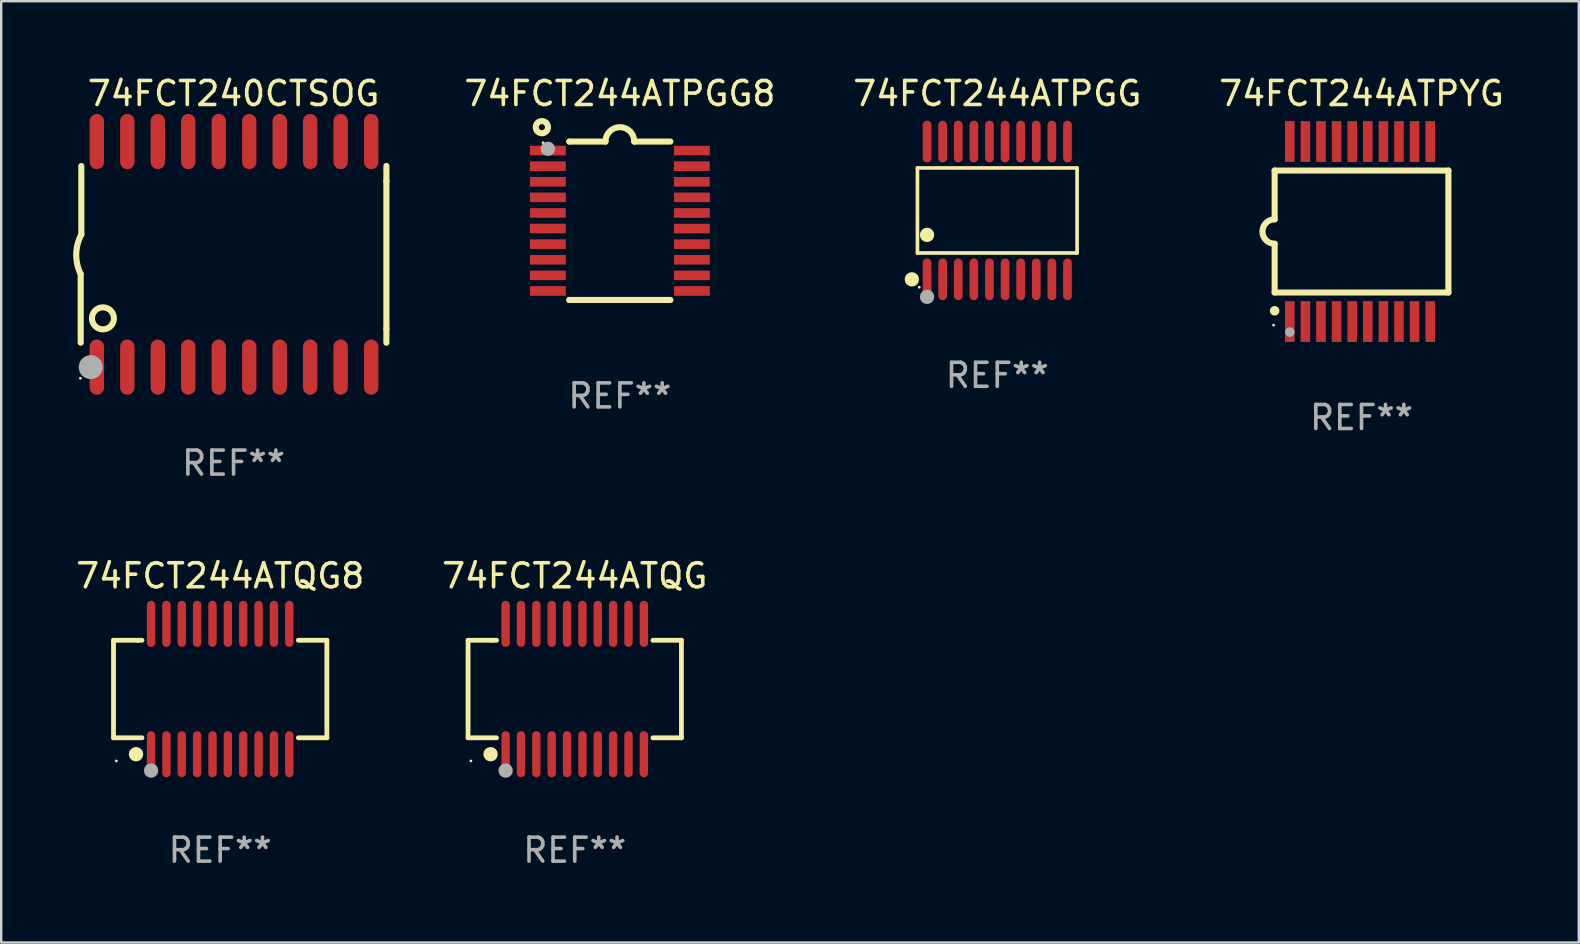
<source format=kicad_pcb>
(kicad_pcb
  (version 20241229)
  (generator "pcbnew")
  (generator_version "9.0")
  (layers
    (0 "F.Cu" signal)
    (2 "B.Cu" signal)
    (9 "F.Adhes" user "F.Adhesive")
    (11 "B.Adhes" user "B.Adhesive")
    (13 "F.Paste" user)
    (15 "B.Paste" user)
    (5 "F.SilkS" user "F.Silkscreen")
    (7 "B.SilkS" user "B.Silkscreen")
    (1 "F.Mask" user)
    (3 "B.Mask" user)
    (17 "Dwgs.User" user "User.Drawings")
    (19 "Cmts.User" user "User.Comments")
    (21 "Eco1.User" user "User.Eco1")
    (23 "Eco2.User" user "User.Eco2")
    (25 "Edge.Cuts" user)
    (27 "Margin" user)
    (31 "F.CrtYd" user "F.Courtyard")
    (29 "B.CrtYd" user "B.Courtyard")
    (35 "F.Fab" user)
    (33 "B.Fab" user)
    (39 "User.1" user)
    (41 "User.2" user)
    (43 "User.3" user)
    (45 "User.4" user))
  (footprint "74FCT244ATPGG8"
    (layer "F.Cu")
    (at 22.779 6.149)
    (property "Reference" "74FCT244ATPGG8" (at 0 -5.3 0) (layer "F.SilkS") (effects (font (size 1 1) (thickness 0.15))))
    (attr through_hole)
    (fp_line (start -2.105 -3.3) (end -2.105 -3.3) (stroke (width 0.254) (type solid)) (layer "F.SilkS"))
    (fp_line (start -2.105 -3.3) (end -0.6 -3.3) (stroke (width 0.254) (type solid)) (layer "F.SilkS"))
    (fp_line (start -2.105 3.3) (end -2.105 3.3) (stroke (width 0.254) (type solid)) (layer "F.SilkS"))
    (fp_line (start 0.6 -3.3) (end 2.105 -3.3) (stroke (width 0.254) (type solid)) (layer "F.SilkS"))
    (fp_line (start 2.105 3.3) (end -2.105 3.3) (stroke (width 0.254) (type solid)) (layer "F.SilkS"))
    (fp_arc (start -0.599924 -3.300026) (mid 0.000114 -3.897415) (end 0.600152 -3.300025) (stroke (width 0.254001) (type solid)) (layer "F.SilkS"))
    (fp_circle (center -3.25 -3.9) (end -2.996 -3.9) (stroke (width 0.254) (type solid)) (fill no) (layer "F.SilkS"))
    (fp_circle (center -3.2 -3.25) (end -3.17 -3.25) (stroke (width 0.06) (type solid)) (fill no) (layer "F.SilkS"))
    (fp_circle (center -3 -3) (end -2.85 -3) (stroke (width 0.3) (type solid)) (fill no) (layer "F.Fab"))
    (fp_text user "REF**" (at 0 7.3 0) (layer "F.Fab") (effects (font (size 1 1) (thickness 0.15))))
    (pad "1" smd rect (at -3.001 -2.925 270) (size 0.4 1.494) (layers "F.Cu" "F.Mask" "F.Paste"))
    (pad "2" smd rect (at -3.001 -2.275 270) (size 0.4 1.494) (layers "F.Cu" "F.Mask" "F.Paste"))
    (pad "3" smd rect (at -3.001 -1.625 270) (size 0.4 1.494) (layers "F.Cu" "F.Mask" "F.Paste"))
    (pad "4" smd rect (at -3.001 -0.975 270) (size 0.4 1.494) (layers "F.Cu" "F.Mask" "F.Paste"))
    (pad "5" smd rect (at -3.001 -0.325 270) (size 0.4 1.494) (layers "F.Cu" "F.Mask" "F.Paste"))
    (pad "6" smd rect (at -3.001 0.324 270) (size 0.4 1.494) (layers "F.Cu" "F.Mask" "F.Paste"))
    (pad "7" smd rect (at -3.001 0.975 270) (size 0.4 1.494) (layers "F.Cu" "F.Mask" "F.Paste"))
    (pad "8" smd rect (at -3.001 1.625 270) (size 0.4 1.494) (layers "F.Cu" "F.Mask" "F.Paste"))
    (pad "9" smd rect (at -3.001 2.275 270) (size 0.4 1.494) (layers "F.Cu" "F.Mask" "F.Paste"))
    (pad "10" smd rect (at -3.001 2.925 270) (size 0.4 1.494) (layers "F.Cu" "F.Mask" "F.Paste"))
    (pad "11" smd rect (at 3.001 2.925 270) (size 0.4 1.494) (layers "F.Cu" "F.Mask" "F.Paste"))
    (pad "12" smd rect (at 3.001 2.275 270) (size 0.4 1.494) (layers "F.Cu" "F.Mask" "F.Paste"))
    (pad "13" smd rect (at 3.001 1.625 270) (size 0.4 1.494) (layers "F.Cu" "F.Mask" "F.Paste"))
    (pad "14" smd rect (at 3.001 0.975 270) (size 0.4 1.494) (layers "F.Cu" "F.Mask" "F.Paste"))
    (pad "15" smd rect (at 3.001 0.325 270) (size 0.4 1.494) (layers "F.Cu" "F.Mask" "F.Paste"))
    (pad "16" smd rect (at 3.001 -0.325 270) (size 0.4 1.494) (layers "F.Cu" "F.Mask" "F.Paste"))
    (pad "17" smd rect (at 3.001 -0.975 270) (size 0.4 1.494) (layers "F.Cu" "F.Mask" "F.Paste"))
    (pad "18" smd rect (at 2.996 -1.625 270) (size 0.4 1.494) (layers "F.Cu" "F.Mask" "F.Paste"))
    (pad "19" smd rect (at 2.996 -2.275 270) (size 0.4 1.494) (layers "F.Cu" "F.Mask" "F.Paste"))
    (pad "20" smd rect (at 3.001 -2.925 270) (size 0.4 1.494) (layers "F.Cu" "F.Mask" "F.Paste")))
  (footprint "74FCT244ATQG"
    (layer "F.Cu")
    (at 20.899 25.661)
    (property "Reference" "74FCT244ATQG" (at 0 -4.716 0) (layer "F.SilkS") (effects (font (size 1 1) (thickness 0.15))))
    (attr through_hole)
    (fp_line (start -4.445 -2.032) (end -4.445 2.032) (stroke (width 0.2) (type solid)) (layer "F.SilkS"))
    (fp_line (start -4.445 2.032) (end -3.259 2.032) (stroke (width 0.2) (type solid)) (layer "F.SilkS"))
    (fp_line (start -3.429 -2.032) (end -4.445 -2.032) (stroke (width 0.2) (type solid)) (layer "F.SilkS"))
    (fp_line (start -3.259 -2.032) (end -3.429 -2.032) (stroke (width 0.2) (type solid)) (layer "F.SilkS"))
    (fp_line (start 3.259 2.032) (end 4.445 2.032) (stroke (width 0.2) (type solid)) (layer "F.SilkS"))
    (fp_line (start 4.445 -2.032) (end 3.259 -2.032) (stroke (width 0.2) (type solid)) (layer "F.SilkS"))
    (fp_line (start 4.445 2.032) (end 4.445 -2.032) (stroke (width 0.2) (type solid)) (layer "F.SilkS"))
    (fp_circle (center -4.327 2.997) (end -4.297 2.997) (stroke (width 0.06) (type solid)) (fill no) (layer "F.SilkS"))
    (fp_circle (center -3.507 2.716) (end -3.357 2.716) (stroke (width 0.3) (type solid)) (fill no) (layer "F.SilkS"))
    (fp_circle (center -2.88 3.398) (end -2.73 3.398) (stroke (width 0.3) (type solid)) (fill no) (layer "F.Fab"))
    (fp_text user "REF**" (at 0 6.716 0) (layer "F.Fab") (effects (font (size 1 1) (thickness 0.15))))
    (pad "1" smd oval (at -2.88 2.716) (size 0.35 1.922) (layers "F.Cu" "F.Mask" "F.Paste"))
    (pad "2" smd oval (at -2.24 2.716) (size 0.35 1.922) (layers "F.Cu" "F.Mask" "F.Paste"))
    (pad "3" smd oval (at -1.6 2.716) (size 0.35 1.922) (layers "F.Cu" "F.Mask" "F.Paste"))
    (pad "4" smd oval (at -0.96 2.716) (size 0.35 1.922) (layers "F.Cu" "F.Mask" "F.Paste"))
    (pad "5" smd oval (at -0.32 2.716) (size 0.35 1.922) (layers "F.Cu" "F.Mask" "F.Paste"))
    (pad "6" smd oval (at 0.32 2.716) (size 0.35 1.922) (layers "F.Cu" "F.Mask" "F.Paste"))
    (pad "7" smd oval (at 0.96 2.716) (size 0.35 1.922) (layers "F.Cu" "F.Mask" "F.Paste"))
    (pad "8" smd oval (at 1.6 2.716) (size 0.35 1.922) (layers "F.Cu" "F.Mask" "F.Paste"))
    (pad "9" smd oval (at 2.24 2.716) (size 0.35 1.922) (layers "F.Cu" "F.Mask" "F.Paste"))
    (pad "10" smd oval (at 2.88 2.716) (size 0.35 1.922) (layers "F.Cu" "F.Mask" "F.Paste"))
    (pad "11" smd oval (at 2.88 -2.716) (size 0.35 1.922) (layers "F.Cu" "F.Mask" "F.Paste"))
    (pad "12" smd oval (at 2.24 -2.716) (size 0.35 1.922) (layers "F.Cu" "F.Mask" "F.Paste"))
    (pad "13" smd oval (at 1.6 -2.716) (size 0.35 1.922) (layers "F.Cu" "F.Mask" "F.Paste"))
    (pad "14" smd oval (at 0.96 -2.716) (size 0.35 1.922) (layers "F.Cu" "F.Mask" "F.Paste"))
    (pad "15" smd oval (at 0.32 -2.716) (size 0.35 1.922) (layers "F.Cu" "F.Mask" "F.Paste"))
    (pad "16" smd oval (at -0.32 -2.716) (size 0.35 1.922) (layers "F.Cu" "F.Mask" "F.Paste"))
    (pad "17" smd oval (at -0.96 -2.716) (size 0.35 1.922) (layers "F.Cu" "F.Mask" "F.Paste"))
    (pad "18" smd oval (at -1.6 -2.716) (size 0.35 1.922) (layers "F.Cu" "F.Mask" "F.Paste"))
    (pad "19" smd oval (at -2.24 -2.716) (size 0.35 1.922) (layers "F.Cu" "F.Mask" "F.Paste"))
    (pad "20" smd oval (at -2.88 -2.716) (size 0.35 1.922) (layers "F.Cu" "F.Mask" "F.Paste")))
  (footprint "74FCT244ATPYG"
    (layer "F.Cu")
    (at 53.683 6.598)
    (property "Reference" "74FCT244ATPYG" (at 0 -5.75 0) (layer "F.SilkS") (effects (font (size 1 1) (thickness 0.15))))
    (attr through_hole)
    (fp_line (start -3.62 -2.54) (end 3.62 -2.54) (stroke (width 0.254) (type solid)) (layer "F.SilkS"))
    (fp_line (start -3.62 -0.508) (end -3.62 -2.54) (stroke (width 0.254) (type solid)) (layer "F.SilkS"))
    (fp_line (start -3.62 2.54) (end -3.62 0.508) (stroke (width 0.254) (type solid)) (layer "F.SilkS"))
    (fp_line (start 3.62 -2.54) (end 3.62 2.54) (stroke (width 0.254) (type solid)) (layer "F.SilkS"))
    (fp_line (start 3.62 2.54) (end -3.62 2.54) (stroke (width 0.254) (type solid)) (layer "F.SilkS"))
    (fp_arc (start -3.619507 0.508052) (mid -4.125607 0.000051) (end -3.619507 -0.50795) (stroke (width 0.254001) (type solid)) (layer "F.SilkS"))
    (fp_circle (center -3.664 3.9) (end -3.634 3.9) (stroke (width 0.06) (type solid)) (fill no) (layer "F.SilkS"))
    (fp_circle (center -3.62 3.302) (end -3.52 3.302) (stroke (width 0.2) (type solid)) (fill no) (layer "F.SilkS"))
    (fp_circle (center -2.985 4.191) (end -2.885 4.191) (stroke (width 0.2) (type solid)) (fill no) (layer "F.Fab"))
    (fp_text user "REF**" (at 0 7.75 0) (layer "F.Fab") (effects (font (size 1 1) (thickness 0.15))))
    (pad "1" smd rect (at -2.989 3.75) (size 0.4 1.7) (layers "F.Cu" "F.Mask" "F.Paste"))
    (pad "2" smd rect (at -2.339 3.75) (size 0.4 1.7) (layers "F.Cu" "F.Mask" "F.Paste"))
    (pad "3" smd rect (at -1.689 3.75) (size 0.4 1.7) (layers "F.Cu" "F.Mask" "F.Paste"))
    (pad "4" smd rect (at -1.039 3.75) (size 0.4 1.7) (layers "F.Cu" "F.Mask" "F.Paste"))
    (pad "5" smd rect (at -0.389 3.75) (size 0.4 1.7) (layers "F.Cu" "F.Mask" "F.Paste"))
    (pad "6" smd rect (at 0.261 3.75) (size 0.4 1.7) (layers "F.Cu" "F.Mask" "F.Paste"))
    (pad "7" smd rect (at 0.911 3.75) (size 0.4 1.7) (layers "F.Cu" "F.Mask" "F.Paste"))
    (pad "8" smd rect (at 1.561 3.75) (size 0.4 1.7) (layers "F.Cu" "F.Mask" "F.Paste"))
    (pad "9" smd rect (at 2.211 3.75) (size 0.4 1.7) (layers "F.Cu" "F.Mask" "F.Paste"))
    (pad "10" smd rect (at 2.862 3.75) (size 0.4 1.7) (layers "F.Cu" "F.Mask" "F.Paste"))
    (pad "11" smd rect (at 2.862 -3.75) (size 0.4 1.7) (layers "F.Cu" "F.Mask" "F.Paste"))
    (pad "12" smd rect (at 2.211 -3.75) (size 0.4 1.7) (layers "F.Cu" "F.Mask" "F.Paste"))
    (pad "13" smd rect (at 1.561 -3.75) (size 0.4 1.7) (layers "F.Cu" "F.Mask" "F.Paste"))
    (pad "14" smd rect (at 0.911 -3.75) (size 0.4 1.7) (layers "F.Cu" "F.Mask" "F.Paste"))
    (pad "15" smd rect (at 0.261 -3.75) (size 0.4 1.7) (layers "F.Cu" "F.Mask" "F.Paste"))
    (pad "16" smd rect (at -0.389 -3.75) (size 0.4 1.7) (layers "F.Cu" "F.Mask" "F.Paste"))
    (pad "17" smd rect (at -1.039 -3.75) (size 0.4 1.7) (layers "F.Cu" "F.Mask" "F.Paste"))
    (pad "18" smd rect (at -1.689 -3.75) (size 0.4 1.7) (layers "F.Cu" "F.Mask" "F.Paste"))
    (pad "19" smd rect (at -2.339 -3.75) (size 0.4 1.7) (layers "F.Cu" "F.Mask" "F.Paste"))
    (pad "20" smd rect (at -2.989 -3.75) (size 0.4 1.7) (layers "F.Cu" "F.Mask" "F.Paste")))
  (footprint "74FCT240CTSOG"
    (layer "F.Cu")
    (at 6.682 7.548)
    (property "Reference" "74FCT240CTSOG" (at 0 -6.7 0) (layer "F.SilkS") (effects (font (size 1 1) (thickness 0.15))))
    (attr through_hole)
    (fp_line (start -6.369 0.826) (end -6.369 3.683) (stroke (width 0.254) (type solid)) (layer "F.SilkS"))
    (fp_line (start -6.343 -0.825) (end -6.343 -3.683) (stroke (width 0.254) (type solid)) (layer "F.SilkS"))
    (fp_line (start 6.369 -3.048) (end 6.369 -3.683) (stroke (width 0.254) (type solid)) (layer "F.SilkS"))
    (fp_line (start 6.369 -3.048) (end 6.369 3.096) (stroke (width 0.254) (type solid)) (layer "F.SilkS"))
    (fp_line (start 6.369 3.096) (end 6.369 3.683) (stroke (width 0.254) (type solid)) (layer "F.SilkS"))
    (fp_arc (start -6.36853 0.825552) (mid -6.554743 -0.00301) (end -6.343129 -0.825451) (stroke (width 0.254001) (type solid)) (layer "F.SilkS"))
    (fp_circle (center -6.382 5.163) (end -6.352 5.163) (stroke (width 0.06) (type solid)) (fill no) (layer "F.SilkS"))
    (fp_circle (center -5.443 2.667) (end -4.985 2.667) (stroke (width 0.254) (type solid)) (fill no) (layer "F.SilkS"))
    (fp_circle (center -5.951 4.699) (end -5.701 4.699) (stroke (width 0.5) (type solid)) (fill no) (layer "F.Fab"))
    (fp_text user "REF**" (at 0 8.7 0) (layer "F.Fab") (effects (font (size 1 1) (thickness 0.15))))
    (pad "1" smd oval (at -5.697 4.7 180) (size 0.6 2.3) (layers "F.Cu" "F.Mask" "F.Paste"))
    (pad "2" smd oval (at -4.427 4.7 180) (size 0.6 2.3) (layers "F.Cu" "F.Mask" "F.Paste"))
    (pad "3" smd oval (at -3.157 4.7 180) (size 0.6 2.3) (layers "F.Cu" "F.Mask" "F.Paste"))
    (pad "4" smd oval (at -1.887 4.7 180) (size 0.6 2.3) (layers "F.Cu" "F.Mask" "F.Paste"))
    (pad "5" smd oval (at -0.617 4.7 180) (size 0.6 2.3) (layers "F.Cu" "F.Mask" "F.Paste"))
    (pad "6" smd oval (at 0.653 4.7 180) (size 0.6 2.3) (layers "F.Cu" "F.Mask" "F.Paste"))
    (pad "7" smd oval (at 1.923 4.7 180) (size 0.6 2.3) (layers "F.Cu" "F.Mask" "F.Paste"))
    (pad "8" smd oval (at 3.193 4.7 180) (size 0.6 2.3) (layers "F.Cu" "F.Mask" "F.Paste"))
    (pad "9" smd oval (at 4.463 4.7 180) (size 0.6 2.3) (layers "F.Cu" "F.Mask" "F.Paste"))
    (pad "10" smd oval (at 5.734 4.7 180) (size 0.6 2.3) (layers "F.Cu" "F.Mask" "F.Paste"))
    (pad "11" smd oval (at 5.734 -4.7 180) (size 0.6 2.3) (layers "F.Cu" "F.Mask" "F.Paste"))
    (pad "12" smd oval (at 4.463 -4.7 180) (size 0.6 2.3) (layers "F.Cu" "F.Mask" "F.Paste"))
    (pad "13" smd oval (at 3.193 -4.7 180) (size 0.6 2.3) (layers "F.Cu" "F.Mask" "F.Paste"))
    (pad "14" smd oval (at 1.923 -4.7 180) (size 0.6 2.3) (layers "F.Cu" "F.Mask" "F.Paste"))
    (pad "15" smd oval (at 0.653 -4.7 180) (size 0.6 2.3) (layers "F.Cu" "F.Mask" "F.Paste"))
    (pad "16" smd oval (at -0.617 -4.7 180) (size 0.6 2.3) (layers "F.Cu" "F.Mask" "F.Paste"))
    (pad "17" smd oval (at -1.887 -4.7 180) (size 0.6 2.3) (layers "F.Cu" "F.Mask" "F.Paste"))
    (pad "18" smd oval (at -3.157 -4.7 180) (size 0.6 2.3) (layers "F.Cu" "F.Mask" "F.Paste"))
    (pad "19" smd oval (at -4.427 -4.7 180) (size 0.6 2.3) (layers "F.Cu" "F.Mask" "F.Paste"))
    (pad "20" smd oval (at -5.697 -4.7 180) (size 0.6 2.3) (layers "F.Cu" "F.Mask" "F.Paste")))
  (footprint "74FCT244ATQG8"
    (layer "F.Cu")
    (at 6.125 25.661)
    (property "Reference" "74FCT244ATQG8" (at 0 -4.716 0) (layer "F.SilkS") (effects (font (size 1 1) (thickness 0.15))))
    (attr through_hole)
    (fp_line (start -4.445 -2.032) (end -4.445 2.032) (stroke (width 0.2) (type solid)) (layer "F.SilkS"))
    (fp_line (start -4.445 2.032) (end -3.259 2.032) (stroke (width 0.2) (type solid)) (layer "F.SilkS"))
    (fp_line (start -3.429 -2.032) (end -4.445 -2.032) (stroke (width 0.2) (type solid)) (layer "F.SilkS"))
    (fp_line (start -3.259 -2.032) (end -3.429 -2.032) (stroke (width 0.2) (type solid)) (layer "F.SilkS"))
    (fp_line (start 3.259 2.032) (end 4.445 2.032) (stroke (width 0.2) (type solid)) (layer "F.SilkS"))
    (fp_line (start 4.445 -2.032) (end 3.259 -2.032) (stroke (width 0.2) (type solid)) (layer "F.SilkS"))
    (fp_line (start 4.445 2.032) (end 4.445 -2.032) (stroke (width 0.2) (type solid)) (layer "F.SilkS"))
    (fp_circle (center -4.327 2.997) (end -4.297 2.997) (stroke (width 0.06) (type solid)) (fill no) (layer "F.SilkS"))
    (fp_circle (center -3.507 2.716) (end -3.357 2.716) (stroke (width 0.3) (type solid)) (fill no) (layer "F.SilkS"))
    (fp_circle (center -2.88 3.398) (end -2.73 3.398) (stroke (width 0.3) (type solid)) (fill no) (layer "F.Fab"))
    (fp_text user "REF**" (at 0 6.716 0) (layer "F.Fab") (effects (font (size 1 1) (thickness 0.15))))
    (pad "1" smd oval (at -2.88 2.716) (size 0.35 1.922) (layers "F.Cu" "F.Mask" "F.Paste"))
    (pad "2" smd oval (at -2.24 2.716) (size 0.35 1.922) (layers "F.Cu" "F.Mask" "F.Paste"))
    (pad "3" smd oval (at -1.6 2.716) (size 0.35 1.922) (layers "F.Cu" "F.Mask" "F.Paste"))
    (pad "4" smd oval (at -0.96 2.716) (size 0.35 1.922) (layers "F.Cu" "F.Mask" "F.Paste"))
    (pad "5" smd oval (at -0.32 2.716) (size 0.35 1.922) (layers "F.Cu" "F.Mask" "F.Paste"))
    (pad "6" smd oval (at 0.32 2.716) (size 0.35 1.922) (layers "F.Cu" "F.Mask" "F.Paste"))
    (pad "7" smd oval (at 0.96 2.716) (size 0.35 1.922) (layers "F.Cu" "F.Mask" "F.Paste"))
    (pad "8" smd oval (at 1.6 2.716) (size 0.35 1.922) (layers "F.Cu" "F.Mask" "F.Paste"))
    (pad "9" smd oval (at 2.24 2.716) (size 0.35 1.922) (layers "F.Cu" "F.Mask" "F.Paste"))
    (pad "10" smd oval (at 2.88 2.716) (size 0.35 1.922) (layers "F.Cu" "F.Mask" "F.Paste"))
    (pad "11" smd oval (at 2.88 -2.716) (size 0.35 1.922) (layers "F.Cu" "F.Mask" "F.Paste"))
    (pad "12" smd oval (at 2.24 -2.716) (size 0.35 1.922) (layers "F.Cu" "F.Mask" "F.Paste"))
    (pad "13" smd oval (at 1.6 -2.716) (size 0.35 1.922) (layers "F.Cu" "F.Mask" "F.Paste"))
    (pad "14" smd oval (at 0.96 -2.716) (size 0.35 1.922) (layers "F.Cu" "F.Mask" "F.Paste"))
    (pad "15" smd oval (at 0.32 -2.716) (size 0.35 1.922) (layers "F.Cu" "F.Mask" "F.Paste"))
    (pad "16" smd oval (at -0.32 -2.716) (size 0.35 1.922) (layers "F.Cu" "F.Mask" "F.Paste"))
    (pad "17" smd oval (at -0.96 -2.716) (size 0.35 1.922) (layers "F.Cu" "F.Mask" "F.Paste"))
    (pad "18" smd oval (at -1.6 -2.716) (size 0.35 1.922) (layers "F.Cu" "F.Mask" "F.Paste"))
    (pad "19" smd oval (at -2.24 -2.716) (size 0.35 1.922) (layers "F.Cu" "F.Mask" "F.Paste"))
    (pad "20" smd oval (at -2.88 -2.716) (size 0.35 1.922) (layers "F.Cu" "F.Mask" "F.Paste")))
  (footprint "74FCT244ATPGG"
    (layer "F.Cu")
    (at 38.505 5.719)
    (property "Reference" "74FCT244ATPGG" (at 0 -4.871 0) (layer "F.SilkS") (effects (font (size 1 1) (thickness 0.15))))
    (attr through_hole)
    (fp_line (start -3.326 -1.771) (end 3.326 -1.771) (stroke (width 0.152) (type solid)) (layer "F.SilkS"))
    (fp_line (start -3.326 1.771) (end -3.326 -1.771) (stroke (width 0.152) (type solid)) (layer "F.SilkS"))
    (fp_line (start 3.326 -1.771) (end 3.326 1.771) (stroke (width 0.152) (type solid)) (layer "F.SilkS"))
    (fp_line (start 3.326 1.771) (end -3.326 1.771) (stroke (width 0.152) (type solid)) (layer "F.SilkS"))
    (fp_circle (center -3.559 2.871) (end -3.409 2.871) (stroke (width 0.3) (type solid)) (fill no) (layer "F.SilkS"))
    (fp_circle (center -3.25 3.2) (end -3.22 3.2) (stroke (width 0.06) (type solid)) (fill no) (layer "F.SilkS"))
    (fp_circle (center -2.925 1.019) (end -2.775 1.019) (stroke (width 0.3) (type solid)) (fill no) (layer "F.SilkS"))
    (fp_circle (center -2.925 3.6) (end -2.775 3.6) (stroke (width 0.3) (type solid)) (fill no) (layer "F.Fab"))
    (fp_text user "REF**" (at 0 6.871 0) (layer "F.Fab") (effects (font (size 1 1) (thickness 0.15))))
    (pad "1" smd oval (at -2.925 2.871) (size 0.364 1.742) (layers "F.Cu" "F.Mask" "F.Paste"))
    (pad "2" smd oval (at -2.275 2.871) (size 0.364 1.742) (layers "F.Cu" "F.Mask" "F.Paste"))
    (pad "3" smd oval (at -1.625 2.871) (size 0.364 1.742) (layers "F.Cu" "F.Mask" "F.Paste"))
    (pad "4" smd oval (at -0.975 2.871) (size 0.364 1.742) (layers "F.Cu" "F.Mask" "F.Paste"))
    (pad "5" smd oval (at -0.325 2.871) (size 0.364 1.742) (layers "F.Cu" "F.Mask" "F.Paste"))
    (pad "6" smd oval (at 0.325 2.871) (size 0.364 1.742) (layers "F.Cu" "F.Mask" "F.Paste"))
    (pad "7" smd oval (at 0.975 2.871) (size 0.364 1.742) (layers "F.Cu" "F.Mask" "F.Paste"))
    (pad "8" smd oval (at 1.625 2.871) (size 0.364 1.742) (layers "F.Cu" "F.Mask" "F.Paste"))
    (pad "9" smd oval (at 2.275 2.871) (size 0.364 1.742) (layers "F.Cu" "F.Mask" "F.Paste"))
    (pad "10" smd oval (at 2.925 2.871) (size 0.364 1.742) (layers "F.Cu" "F.Mask" "F.Paste"))
    (pad "11" smd oval (at 2.925 -2.871) (size 0.364 1.742) (layers "F.Cu" "F.Mask" "F.Paste"))
    (pad "12" smd oval (at 2.275 -2.871) (size 0.364 1.742) (layers "F.Cu" "F.Mask" "F.Paste"))
    (pad "13" smd oval (at 1.625 -2.871) (size 0.364 1.742) (layers "F.Cu" "F.Mask" "F.Paste"))
    (pad "14" smd oval (at 0.975 -2.871) (size 0.364 1.742) (layers "F.Cu" "F.Mask" "F.Paste"))
    (pad "15" smd oval (at 0.325 -2.871) (size 0.364 1.742) (layers "F.Cu" "F.Mask" "F.Paste"))
    (pad "16" smd oval (at -0.325 -2.871) (size 0.364 1.742) (layers "F.Cu" "F.Mask" "F.Paste"))
    (pad "17" smd oval (at -0.975 -2.871) (size 0.364 1.742) (layers "F.Cu" "F.Mask" "F.Paste"))
    (pad "18" smd oval (at -1.625 -2.871) (size 0.364 1.742) (layers "F.Cu" "F.Mask" "F.Paste"))
    (pad "19" smd oval (at -2.275 -2.871) (size 0.364 1.742) (layers "F.Cu" "F.Mask" "F.Paste"))
    (pad "20" smd oval (at -2.925 -2.871) (size 0.364 1.742) (layers "F.Cu" "F.Mask" "F.Paste")))
  (gr_rect
    (start -3 -3)
    (end 62.737 36.225)
    (stroke (width 0.1) (type default))
    (fill no)
    (layer "Edge.Cuts")))
</source>
